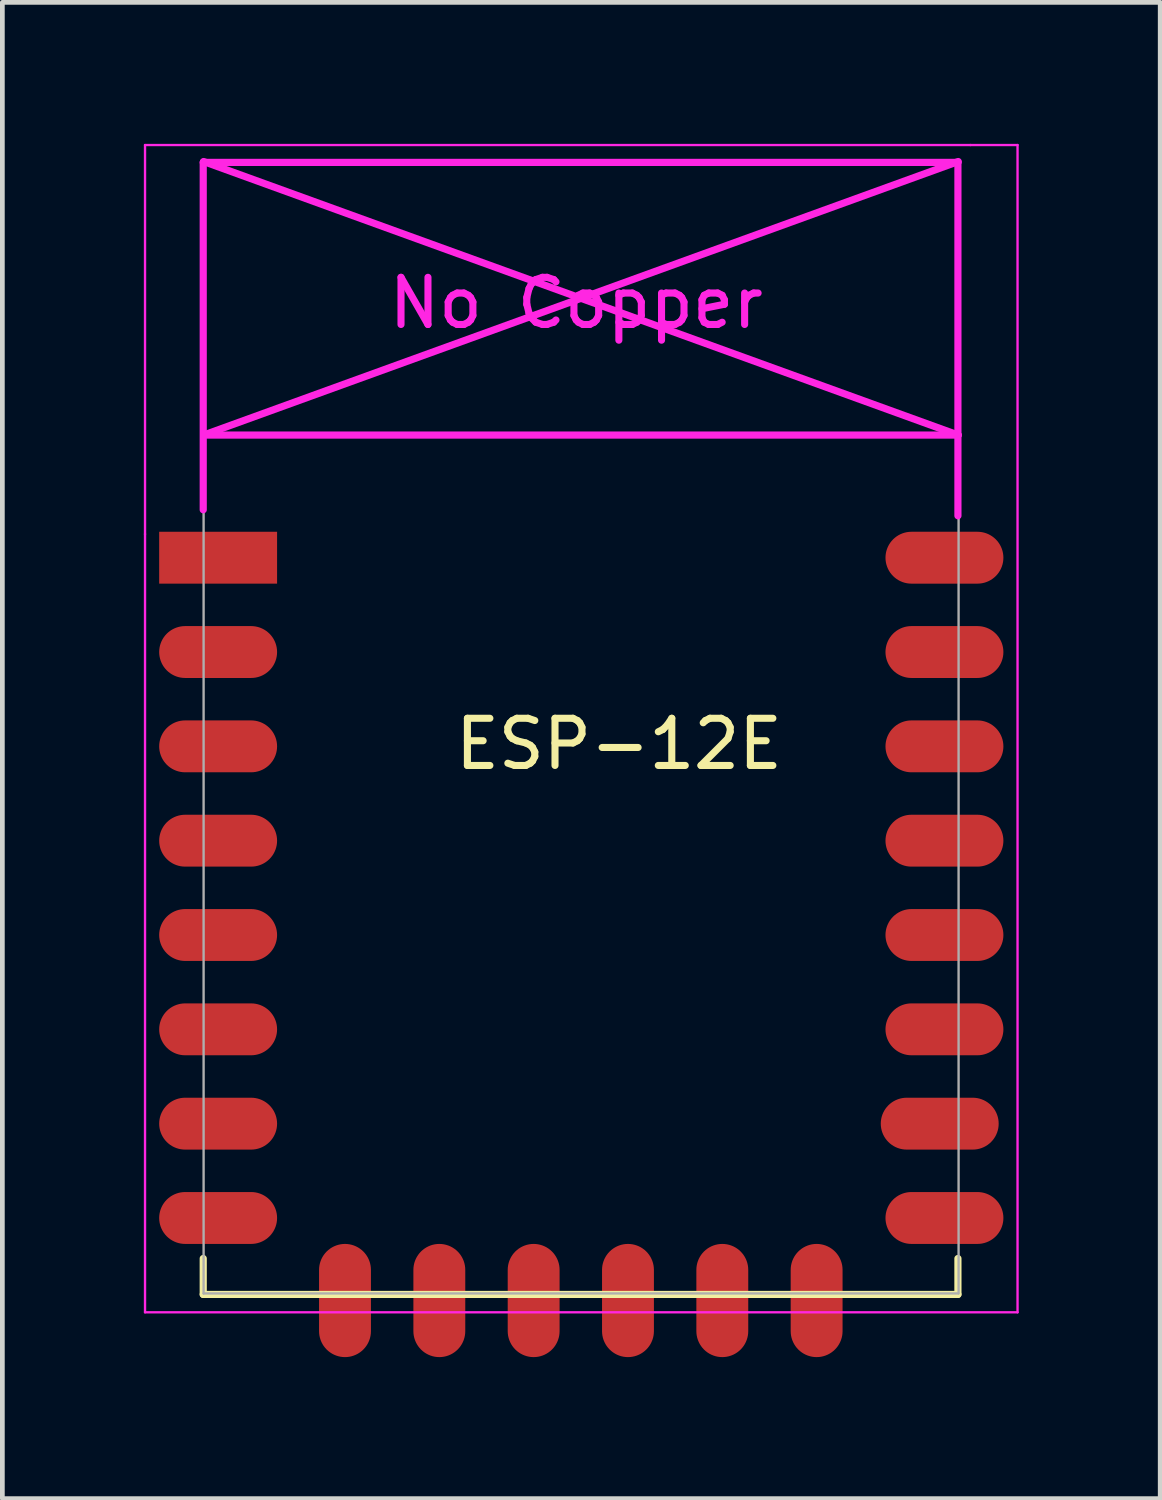
<source format=kicad_pcb>
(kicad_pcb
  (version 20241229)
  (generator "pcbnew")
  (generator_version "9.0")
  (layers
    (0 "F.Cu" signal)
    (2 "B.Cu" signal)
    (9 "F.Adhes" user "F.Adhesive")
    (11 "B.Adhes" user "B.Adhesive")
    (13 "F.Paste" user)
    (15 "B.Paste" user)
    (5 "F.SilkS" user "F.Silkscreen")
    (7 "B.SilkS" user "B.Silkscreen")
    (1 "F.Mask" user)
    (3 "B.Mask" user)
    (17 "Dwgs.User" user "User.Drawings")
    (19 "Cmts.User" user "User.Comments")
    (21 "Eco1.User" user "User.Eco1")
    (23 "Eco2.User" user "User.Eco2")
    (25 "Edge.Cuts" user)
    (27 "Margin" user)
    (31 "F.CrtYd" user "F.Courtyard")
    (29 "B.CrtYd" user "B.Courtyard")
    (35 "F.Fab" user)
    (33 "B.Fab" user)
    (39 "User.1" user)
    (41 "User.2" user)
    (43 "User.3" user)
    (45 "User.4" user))
  (footprint "ESP-12E"
    (layer "F.Cu")
    (at 2.275 8.775)
    (property "Reference" "ESP-12E" (at 7.8 3.95 0) (layer "F.SilkS") (effects (font (size 1 1) (thickness 0.15))))
    (attr through_hole)
    (fp_line (start -1.016 14.859) (end -1.016 15.621) (stroke (width 0.152) (type solid)) (layer "F.SilkS"))
    (fp_line (start -1.016 15.621) (end 14.986 15.621) (stroke (width 0.152) (type solid)) (layer "F.SilkS"))
    (fp_line (start 14.986 15.621) (end 14.986 14.859) (stroke (width 0.152) (type solid)) (layer "F.SilkS"))
    (fp_line (start -2.25 -8.75) (end 15.25 -8.75) (stroke (width 0.05) (type solid)) (layer "F.CrtYd"))
    (fp_line (start -2.25 -0.5) (end -2.25 -8.75) (stroke (width 0.05) (type solid)) (layer "F.CrtYd"))
    (fp_line (start -2.25 16) (end -2.25 -0.5) (stroke (width 0.05) (type solid)) (layer "F.CrtYd"))
    (fp_line (start -1.016 -8.382) (end -1.016 -1.016) (stroke (width 0.152) (type solid)) (layer "F.CrtYd"))
    (fp_line (start -1.016 -8.382) (end 14.986 -8.382) (stroke (width 0.152) (type solid)) (layer "F.CrtYd"))
    (fp_line (start -1.008 -8.4) (end 14.992 -2.6) (stroke (width 0.152) (type solid)) (layer "F.CrtYd"))
    (fp_line (start -1.008 -2.6) (end 14.992 -2.6) (stroke (width 0.152) (type solid)) (layer "F.CrtYd"))
    (fp_line (start 14.986 -8.382) (end 14.986 -0.889) (stroke (width 0.152) (type solid)) (layer "F.CrtYd"))
    (fp_line (start 14.992 -8.4) (end -1.008 -2.6) (stroke (width 0.152) (type solid)) (layer "F.CrtYd"))
    (fp_line (start 15.25 -8.75) (end 16.25 -8.75) (stroke (width 0.05) (type solid)) (layer "F.CrtYd"))
    (fp_line (start 16.25 -8.75) (end 16.25 16) (stroke (width 0.05) (type solid)) (layer "F.CrtYd"))
    (fp_line (start 16.25 16) (end -2.25 16) (stroke (width 0.05) (type solid)) (layer "F.CrtYd"))
    (fp_line (start -1.008 -8.4) (end 14.992 -8.4) (stroke (width 0.05) (type solid)) (layer "F.Fab"))
    (fp_line (start -1.008 15.6) (end -1.008 -8.4) (stroke (width 0.05) (type solid)) (layer "F.Fab"))
    (fp_line (start 14.992 15.6) (end -1.008 15.6) (stroke (width 0.05) (type solid)) (layer "F.Fab"))
    (fp_line (start 15 -8.4) (end 15 15.6) (stroke (width 0.05) (type solid)) (layer "F.Fab"))
    (fp_text user "No Copper" (at 6.892 -5.4 0) (layer "F.CrtYd") (effects (font (size 1 1) (thickness 0.15))))
    (pad "1" smd rect (at 0 0) (size 2.5 1.1) (drill (offset -0.7 0)) (layers "F.Cu" "F.Mask" "F.Paste"))
    (pad "2" smd oval (at 0 2) (size 2.5 1.1) (drill (offset -0.7 0)) (layers "F.Cu" "F.Mask" "F.Paste"))
    (pad "3" smd oval (at 0 4) (size 2.5 1.1) (drill (offset -0.7 0)) (layers "F.Cu" "F.Mask" "F.Paste"))
    (pad "4" smd oval (at 0 6) (size 2.5 1.1) (drill (offset -0.7 0)) (layers "F.Cu" "F.Mask" "F.Paste"))
    (pad "5" smd oval (at 0 8) (size 2.5 1.1) (drill (offset -0.7 0)) (layers "F.Cu" "F.Mask" "F.Paste"))
    (pad "6" smd oval (at 0 10) (size 2.5 1.1) (drill (offset -0.7 0)) (layers "F.Cu" "F.Mask" "F.Paste"))
    (pad "7" smd oval (at 0 12) (size 2.5 1.1) (drill (offset -0.7 0)) (layers "F.Cu" "F.Mask" "F.Paste"))
    (pad "8" smd oval (at 0 14) (size 2.5 1.1) (drill (offset -0.7 0)) (layers "F.Cu" "F.Mask" "F.Paste"))
    (pad "9" smd oval (at 14 14) (size 2.5 1.1) (drill (offset 0.7 0)) (layers "F.Cu" "F.Mask" "F.Paste"))
    (pad "10" smd oval (at 14 12) (size 2.5 1.1) (drill (offset 0.6 0)) (layers "F.Cu" "F.Mask" "F.Paste"))
    (pad "11" smd oval (at 14 10) (size 2.5 1.1) (drill (offset 0.7 0)) (layers "F.Cu" "F.Mask" "F.Paste"))
    (pad "12" smd oval (at 14 8) (size 2.5 1.1) (drill (offset 0.7 0)) (layers "F.Cu" "F.Mask" "F.Paste"))
    (pad "13" smd oval (at 14 6) (size 2.5 1.1) (drill (offset 0.7 0)) (layers "F.Cu" "F.Mask" "F.Paste"))
    (pad "14" smd oval (at 14 4) (size 2.5 1.1) (drill (offset 0.7 0)) (layers "F.Cu" "F.Mask" "F.Paste"))
    (pad "15" smd oval (at 14 2) (size 2.5 1.1) (drill (offset 0.7 0)) (layers "F.Cu" "F.Mask" "F.Paste"))
    (pad "16" smd oval (at 14 0) (size 2.5 1.1) (drill (offset 0.7 0)) (layers "F.Cu" "F.Mask" "F.Paste"))
    (pad "17" smd oval (at 1.99 15.75 90) (size 2.4 1.1) (layers "F.Cu" "F.Mask" "F.Paste"))
    (pad "18" smd oval (at 3.99 15.75 90) (size 2.4 1.1) (layers "F.Cu" "F.Mask" "F.Paste"))
    (pad "19" smd oval (at 5.99 15.75 90) (size 2.4 1.1) (layers "F.Cu" "F.Mask" "F.Paste"))
    (pad "20" smd oval (at 7.99 15.75 90) (size 2.4 1.1) (layers "F.Cu" "F.Mask" "F.Paste"))
    (pad "21" smd oval (at 9.99 15.75 90) (size 2.4 1.1) (layers "F.Cu" "F.Mask" "F.Paste"))
    (pad "22" smd oval (at 11.99 15.75 90) (size 2.4 1.1) (layers "F.Cu" "F.Mask" "F.Paste")))
  (gr_rect
    (start -3 -3)
    (end 21.55 28.725)
    (stroke (width 0.1) (type default))
    (fill no)
    (layer "Edge.Cuts")))
</source>
